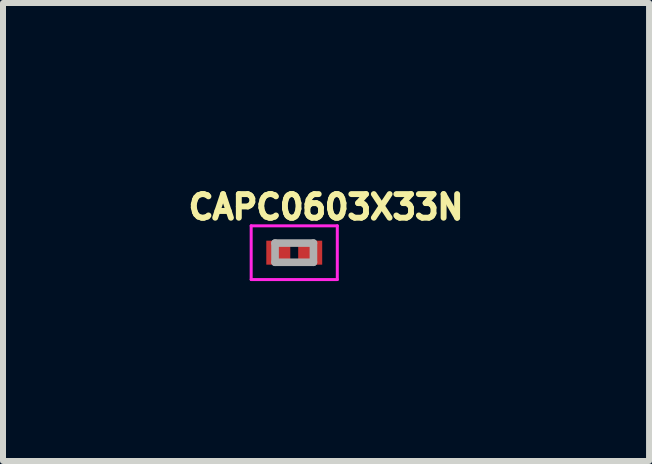
<source format=kicad_pcb>
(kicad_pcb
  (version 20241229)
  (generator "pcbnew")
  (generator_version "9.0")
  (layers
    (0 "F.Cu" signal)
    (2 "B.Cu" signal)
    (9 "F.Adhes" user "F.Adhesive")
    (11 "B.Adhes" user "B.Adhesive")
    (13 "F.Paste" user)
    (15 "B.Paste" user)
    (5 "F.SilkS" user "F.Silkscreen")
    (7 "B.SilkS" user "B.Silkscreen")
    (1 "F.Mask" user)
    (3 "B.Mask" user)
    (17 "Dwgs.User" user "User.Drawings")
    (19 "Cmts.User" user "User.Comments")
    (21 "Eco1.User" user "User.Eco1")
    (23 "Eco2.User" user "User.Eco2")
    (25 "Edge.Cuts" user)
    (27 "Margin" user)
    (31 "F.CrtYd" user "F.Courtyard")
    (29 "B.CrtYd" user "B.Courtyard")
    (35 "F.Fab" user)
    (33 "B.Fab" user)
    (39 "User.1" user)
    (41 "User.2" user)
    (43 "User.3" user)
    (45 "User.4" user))
  (footprint "CAPC0603X33N"
    (layer "F.Cu")
    (at 1.856 1.163)
    (property "Reference" "CAPC0603X33N" (at 0.53 -0.76 0) (layer "F.SilkS") (effects (font (size 0.394 0.394) (thickness 0.15))))
    (attr smd)
    (fp_line (start -0.718 -0.448) (end 0.718 -0.448) (stroke (width 0.05) (type solid)) (layer "F.CrtYd"))
    (fp_line (start -0.718 0.448) (end -0.718 -0.448) (stroke (width 0.05) (type solid)) (layer "F.CrtYd"))
    (fp_line (start -0.718 0.448) (end 0.718 0.448) (stroke (width 0.05) (type solid)) (layer "F.CrtYd"))
    (fp_line (start 0.718 0.448) (end 0.718 -0.448) (stroke (width 0.05) (type solid)) (layer "F.CrtYd"))
    (fp_line (start -0.32 0.16) (end -0.32 -0.16) (stroke (width 0.127) (type solid)) (layer "F.Fab"))
    (fp_line (start 0.32 -0.16) (end -0.32 -0.16) (stroke (width 0.127) (type solid)) (layer "F.Fab"))
    (fp_line (start 0.32 0.16) (end -0.32 0.16) (stroke (width 0.127) (type solid)) (layer "F.Fab"))
    (fp_line (start 0.32 0.16) (end 0.32 -0.16) (stroke (width 0.127) (type solid)) (layer "F.Fab"))
    (pad "1" smd rect (at -0.266 0) (size 0.4 0.4) (layers "F.Cu" "F.Mask" "F.Paste"))
    (pad "2" smd rect (at 0.266 0) (size 0.4 0.4) (layers "F.Cu" "F.Mask" "F.Paste")))
  (gr_rect
    (start -3 -3)
    (end 7.772 4.636)
    (stroke (width 0.1) (type default))
    (fill no)
    (layer "Edge.Cuts")))
</source>
